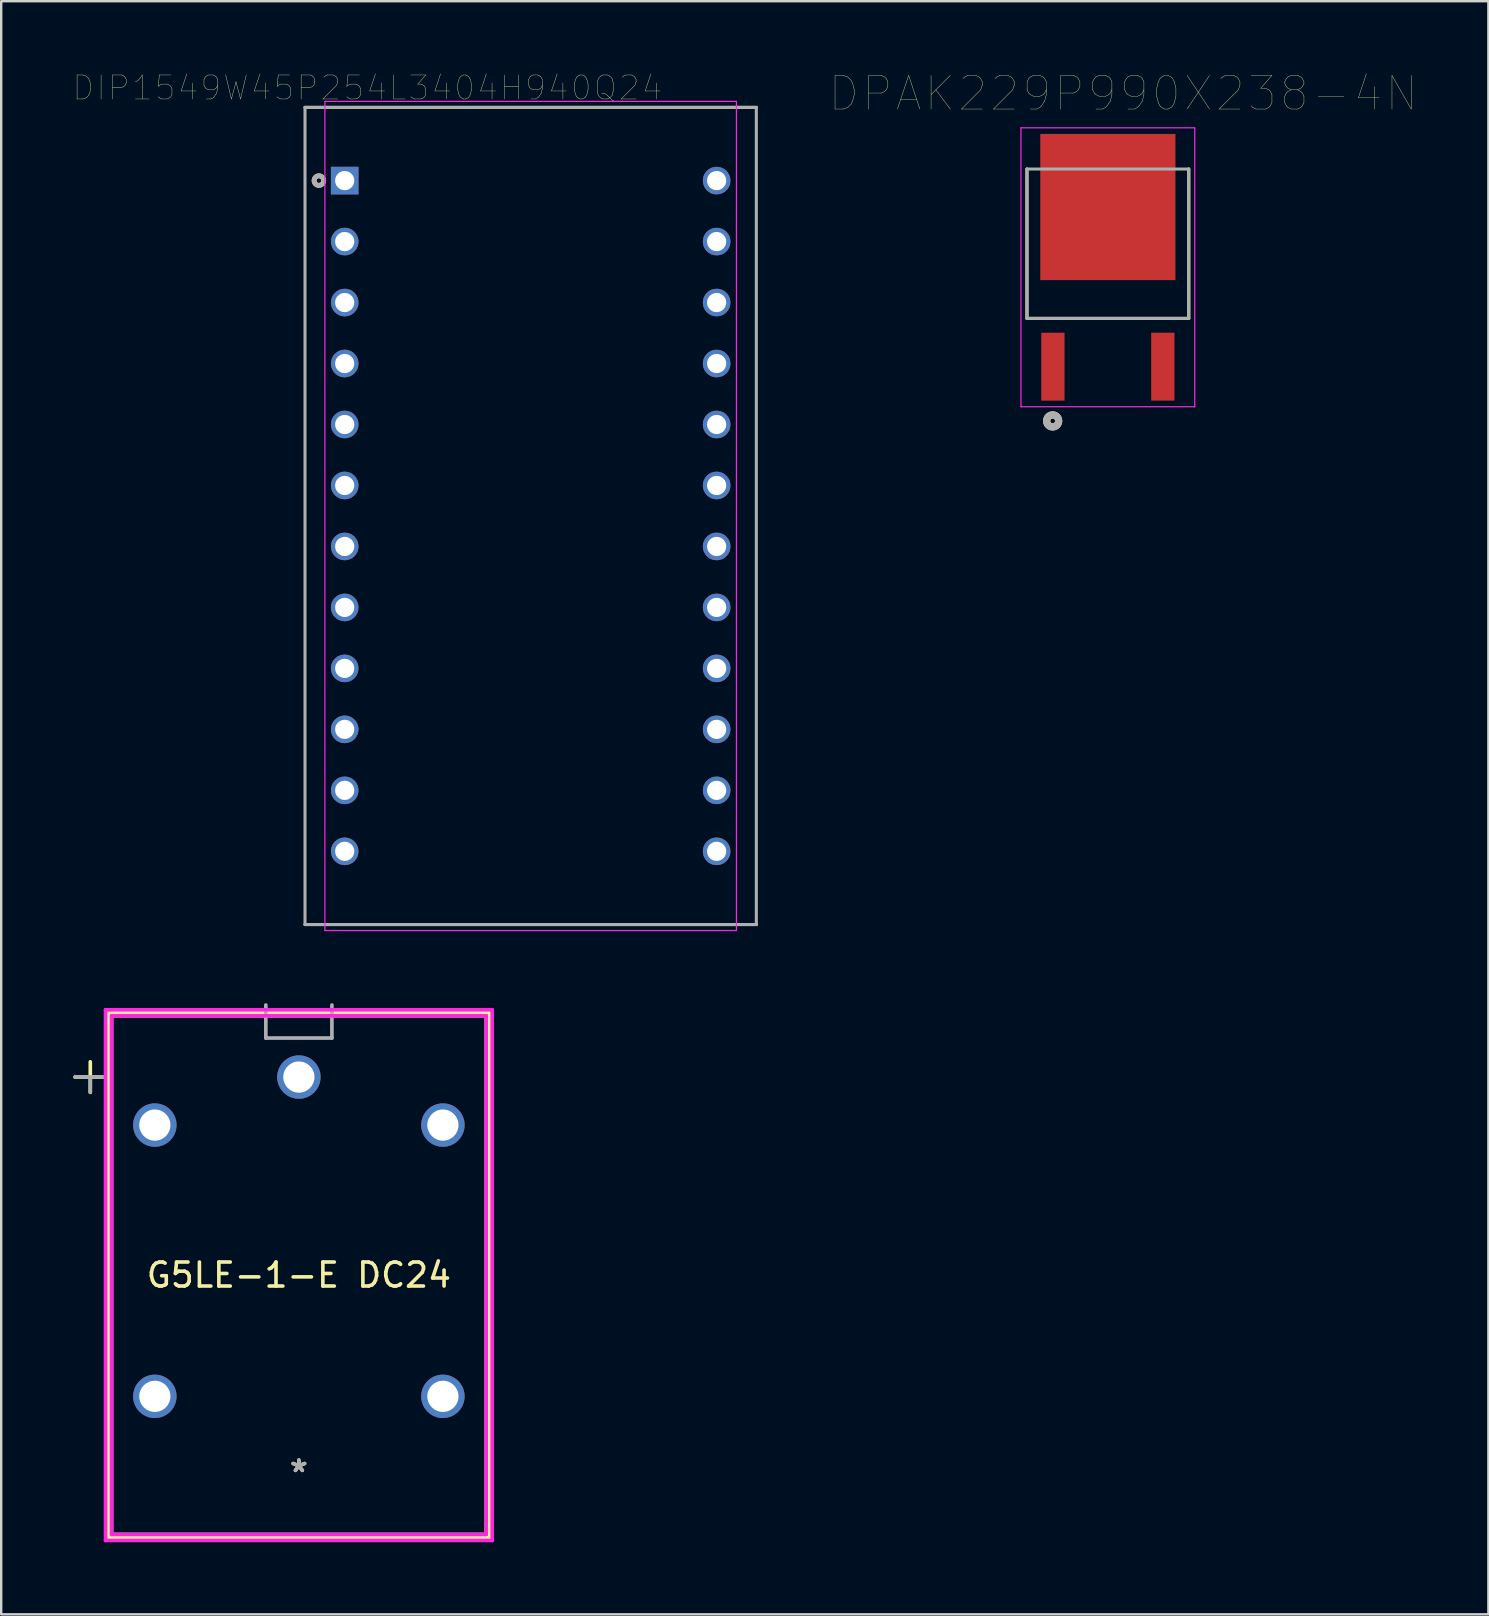
<source format=kicad_pcb>
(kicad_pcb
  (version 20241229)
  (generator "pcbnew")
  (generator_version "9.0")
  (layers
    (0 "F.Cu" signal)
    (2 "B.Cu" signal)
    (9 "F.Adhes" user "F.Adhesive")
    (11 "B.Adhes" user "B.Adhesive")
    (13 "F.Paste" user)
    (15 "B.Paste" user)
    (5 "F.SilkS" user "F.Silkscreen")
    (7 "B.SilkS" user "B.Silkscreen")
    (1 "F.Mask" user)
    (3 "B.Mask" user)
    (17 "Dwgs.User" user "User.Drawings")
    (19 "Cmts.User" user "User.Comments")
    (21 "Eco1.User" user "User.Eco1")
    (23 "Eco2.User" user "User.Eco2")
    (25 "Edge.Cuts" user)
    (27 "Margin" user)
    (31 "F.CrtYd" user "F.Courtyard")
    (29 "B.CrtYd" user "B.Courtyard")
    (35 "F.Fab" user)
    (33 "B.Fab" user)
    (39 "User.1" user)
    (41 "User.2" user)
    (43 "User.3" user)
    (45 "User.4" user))
  (footprint "DPAK229P990X238-4N"
    (layer "F.Cu")
    (at 43.1 8.084)
    (property "Reference" "DPAK229P990X238-4N" (at 0.635 -7.239 0) (layer "F.SilkS") (effects (font (size 1.4 1.4) (thickness 0.015))))
    (attr through_hole)
    (fp_line (start -3.37 2.128) (end -3.37 -4.093) (stroke (width 0.127) (type solid)) (layer "F.SilkS"))
    (fp_line (start 3.37 -4.093) (end 3.37 2.128) (stroke (width 0.127) (type solid)) (layer "F.SilkS"))
    (fp_line (start 3.37 2.128) (end -3.37 2.128) (stroke (width 0.127) (type solid)) (layer "F.SilkS"))
    (fp_circle (center -2.3 6.4) (end -2.2 6.4) (stroke (width 0.3) (type solid)) (fill no) (layer "F.SilkS"))
    (fp_poly (pts (xy -2.535 -5.27) (xy -1.225 -5.27) (xy -1.225 -3.81) (xy -2.535 -3.81)) (stroke (width 0.01) (type solid)) (fill yes) (layer "F.Paste"))
    (fp_poly (pts (xy -2.535 -3.24) (xy -1.225 -3.24) (xy -1.225 -1.78) (xy -2.535 -1.78)) (stroke (width 0.01) (type solid)) (fill yes) (layer "F.Paste"))
    (fp_poly (pts (xy -2.535 -1.21) (xy -1.225 -1.21) (xy -1.225 0.25) (xy -2.535 0.25)) (stroke (width 0.01) (type solid)) (fill yes) (layer "F.Paste"))
    (fp_poly (pts (xy -0.655 -5.27) (xy 0.655 -5.27) (xy 0.655 -3.81) (xy -0.655 -3.81)) (stroke (width 0.01) (type solid)) (fill yes) (layer "F.Paste"))
    (fp_poly (pts (xy -0.655 -3.24) (xy 0.655 -3.24) (xy 0.655 -1.78) (xy -0.655 -1.78)) (stroke (width 0.01) (type solid)) (fill yes) (layer "F.Paste"))
    (fp_poly (pts (xy -0.655 -1.21) (xy 0.655 -1.21) (xy 0.655 0.25) (xy -0.655 0.25)) (stroke (width 0.01) (type solid)) (fill yes) (layer "F.Paste"))
    (fp_poly (pts (xy 1.225 -5.27) (xy 2.535 -5.27) (xy 2.535 -3.81) (xy 1.225 -3.81)) (stroke (width 0.01) (type solid)) (fill yes) (layer "F.Paste"))
    (fp_poly (pts (xy 1.225 -3.24) (xy 2.535 -3.24) (xy 2.535 -1.78) (xy 1.225 -1.78)) (stroke (width 0.01) (type solid)) (fill yes) (layer "F.Paste"))
    (fp_poly (pts (xy 1.225 -1.21) (xy 2.535 -1.21) (xy 2.535 0.25) (xy 1.225 0.25)) (stroke (width 0.01) (type solid)) (fill yes) (layer "F.Paste"))
    (fp_line (start -3.62 -5.81) (end 3.62 -5.81) (stroke (width 0.05) (type solid)) (layer "F.CrtYd"))
    (fp_line (start -3.62 5.81) (end -3.62 -5.81) (stroke (width 0.05) (type solid)) (layer "F.CrtYd"))
    (fp_line (start 3.62 -5.81) (end 3.62 5.81) (stroke (width 0.05) (type solid)) (layer "F.CrtYd"))
    (fp_line (start 3.62 5.81) (end -3.62 5.81) (stroke (width 0.05) (type solid)) (layer "F.CrtYd"))
    (fp_line (start -3.37 -4.093) (end 3.37 -4.093) (stroke (width 0.127) (type solid)) (layer "F.Fab"))
    (fp_line (start -3.37 2.128) (end -3.37 -4.093) (stroke (width 0.127) (type solid)) (layer "F.Fab"))
    (fp_line (start 3.37 -4.093) (end 3.37 2.128) (stroke (width 0.127) (type solid)) (layer "F.Fab"))
    (fp_line (start 3.37 2.128) (end -3.37 2.128) (stroke (width 0.127) (type solid)) (layer "F.Fab"))
    (fp_circle (center -2.3 6.4) (end -2.2 6.4) (stroke (width 0.3) (type solid)) (fill no) (layer "F.Fab"))
    (pad "1" smd rect (at -2.29 4.14) (size 0.97 2.83) (layers "F.Cu" "F.Mask" "F.Paste"))
    (pad "2" smd rect (at 0 -2.51) (size 5.63 6.09) (layers "F.Cu" "F.Mask"))
    (pad "3" smd rect (at 2.29 4.14) (size 0.97 2.83) (layers "F.Cu" "F.Mask" "F.Paste")))
  (footprint "G5LE-1-E DC24"
    (layer "F.Cu")
    (at 9.4 58.317)
    (property "Reference" "G5LE-1-E DC24" (at 0 -8.25 0) (layer "F.SilkS") (effects (font (size 1 1) (thickness 0.15))))
    (attr through_hole)
    (fp_line (start -9.324 -16.5) (end -8.054 -16.5) (stroke (width 0.152) (type solid)) (layer "F.SilkS"))
    (fp_line (start -8.689 -17.135) (end -8.689 -15.865) (stroke (width 0.152) (type solid)) (layer "F.SilkS"))
    (fp_line (start -7.927 -19.177) (end -7.927 2.677) (stroke (width 0.152) (type solid)) (layer "F.SilkS"))
    (fp_line (start 7.927 -19.177) (end -7.927 -19.177) (stroke (width 0.152) (type solid)) (layer "F.SilkS"))
    (fp_line (start 7.927 -19.177) (end 7.927 2.677) (stroke (width 0.152) (type solid)) (layer "F.SilkS"))
    (fp_line (start 7.927 2.677) (end -7.927 2.677) (stroke (width 0.152) (type solid)) (layer "F.SilkS"))
    (fp_line (start -8.054 -19.304) (end -8.054 2.804) (stroke (width 0.152) (type solid)) (layer "F.CrtYd"))
    (fp_line (start -8.054 2.804) (end 8.054 2.804) (stroke (width 0.152) (type solid)) (layer "F.CrtYd"))
    (fp_line (start -7.8 -19.05) (end 7.8 -19.05) (stroke (width 0.152) (type solid)) (layer "F.CrtYd"))
    (fp_line (start -7.8 2.55) (end -7.8 -19.05) (stroke (width 0.152) (type solid)) (layer "F.CrtYd"))
    (fp_line (start 7.8 -19.05) (end 7.8 2.55) (stroke (width 0.152) (type solid)) (layer "F.CrtYd"))
    (fp_line (start 7.8 2.55) (end -7.8 2.55) (stroke (width 0.152) (type solid)) (layer "F.CrtYd"))
    (fp_line (start 8.054 -19.304) (end -8.054 -19.304) (stroke (width 0.152) (type solid)) (layer "F.CrtYd"))
    (fp_line (start 8.054 2.804) (end 8.054 -19.304) (stroke (width 0.152) (type solid)) (layer "F.CrtYd"))
    (fp_line (start -9.324 -16.5) (end -8.054 -16.5) (stroke (width 0.152) (type solid)) (layer "F.Fab"))
    (fp_line (start -8.689 -16.5) (end -8.689 -15.865) (stroke (width 0.152) (type solid)) (layer "F.Fab"))
    (fp_line (start -7.8 -19.05) (end -7.8 2.55) (stroke (width 0.152) (type solid)) (layer "F.Fab"))
    (fp_line (start -1.376 -18.126) (end -1.376 -19.502) (stroke (width 0.152) (type solid)) (layer "F.Fab"))
    (fp_line (start 1.376 -19.502) (end 1.376 -18.126) (stroke (width 0.152) (type solid)) (layer "F.Fab"))
    (fp_line (start 1.376 -18.126) (end -1.376 -18.126) (stroke (width 0.152) (type solid)) (layer "F.Fab"))
    (fp_line (start 7.8 -19.05) (end -7.8 -19.05) (stroke (width 0.152) (type solid)) (layer "F.Fab"))
    (fp_line (start 7.8 -19.05) (end 7.8 2.55) (stroke (width 0.152) (type solid)) (layer "F.Fab"))
    (fp_line (start 7.8 2.55) (end -7.8 2.55) (stroke (width 0.152) (type solid)) (layer "F.Fab"))
    (fp_text user "*" (at 0 0 0) (layer "F.SilkS") (effects (font (size 1 1) (thickness 0.15))))
    (fp_text user "Copyright 2016 Accelerated Designs. All rights reserved." (at 0 0 0) (layer "Cmts.User") (effects (font (size 0.127 0.127) (thickness 0.002))))
    (fp_text user "*" (at 0 0 0) (layer "F.Fab") (effects (font (size 1 1) (thickness 0.15))))
    (pad "1" thru_hole circle (at 0 -16.5) (size 1.808 1.808) (drill 1.3) (layers "*.Cu" "*.Mask"))
    (pad "2" thru_hole circle (at -6 -14.5) (size 1.808 1.808) (drill 1.3) (layers "*.Cu" "*.Mask"))
    (pad "3" thru_hole circle (at -6 -3.2) (size 1.808 1.808) (drill 1.3) (layers "*.Cu" "*.Mask"))
    (pad "4" thru_hole circle (at 6 -3.2) (size 1.808 1.808) (drill 1.3) (layers "*.Cu" "*.Mask"))
    (pad "5" thru_hole circle (at 6 -14.5) (size 1.808 1.808) (drill 1.3) (layers "*.Cu" "*.Mask")))
  (footprint "DIP1549W45P254L3404H940Q24"
    (layer "F.Cu")
    (at 19.056 18.443)
    (property "Reference" "DIP1549W45P254L3404H940Q24" (at -6.8 -17.832 0) (layer "F.SilkS") (effects (font (size 1 1) (thickness 0.015))))
    (attr through_hole)
    (fp_line (start -9.4 -17.02) (end 9.4 -17.02) (stroke (width 0.127) (type solid)) (layer "F.SilkS"))
    (fp_line (start -9.4 17.02) (end 9.4 17.02) (stroke (width 0.127) (type solid)) (layer "F.SilkS"))
    (fp_circle (center -8.822 -13.97) (end -8.723 -13.97) (stroke (width 0.2) (type solid)) (fill no) (layer "F.SilkS"))
    (fp_line (start -8.572 -17.27) (end -8.572 17.27) (stroke (width 0.05) (type solid)) (layer "F.CrtYd"))
    (fp_line (start 8.572 -17.27) (end -8.572 -17.27) (stroke (width 0.05) (type solid)) (layer "F.CrtYd"))
    (fp_line (start 8.572 -17.27) (end 8.572 17.27) (stroke (width 0.05) (type solid)) (layer "F.CrtYd"))
    (fp_line (start 8.572 17.27) (end -8.572 17.27) (stroke (width 0.05) (type solid)) (layer "F.CrtYd"))
    (fp_line (start -9.4 -17.02) (end -9.4 17.02) (stroke (width 0.127) (type solid)) (layer "F.Fab"))
    (fp_line (start -9.4 -17.02) (end 9.4 -17.02) (stroke (width 0.127) (type solid)) (layer "F.Fab"))
    (fp_line (start -9.4 17.02) (end 9.4 17.02) (stroke (width 0.127) (type solid)) (layer "F.Fab"))
    (fp_line (start 9.4 -17.02) (end 9.4 17.02) (stroke (width 0.127) (type solid)) (layer "F.Fab"))
    (fp_circle (center -8.822 -13.97) (end -8.723 -13.97) (stroke (width 0.2) (type solid)) (fill no) (layer "F.Fab"))
    (pad "1" thru_hole rect (at -7.747 -13.97) (size 1.15 1.15) (drill 0.8) (layers "*.Cu" "*.Mask"))
    (pad "2" thru_hole circle (at -7.747 -11.43) (size 1.15 1.15) (drill 0.8) (layers "*.Cu" "*.Mask"))
    (pad "3" thru_hole circle (at -7.747 -8.89) (size 1.15 1.15) (drill 0.8) (layers "*.Cu" "*.Mask"))
    (pad "4" thru_hole circle (at -7.747 -6.35) (size 1.15 1.15) (drill 0.8) (layers "*.Cu" "*.Mask"))
    (pad "5" thru_hole circle (at -7.747 -3.81) (size 1.15 1.15) (drill 0.8) (layers "*.Cu" "*.Mask"))
    (pad "6" thru_hole circle (at -7.747 -1.27) (size 1.15 1.15) (drill 0.8) (layers "*.Cu" "*.Mask"))
    (pad "7" thru_hole circle (at -7.747 1.27) (size 1.15 1.15) (drill 0.8) (layers "*.Cu" "*.Mask"))
    (pad "8" thru_hole circle (at -7.747 3.81) (size 1.15 1.15) (drill 0.8) (layers "*.Cu" "*.Mask"))
    (pad "9" thru_hole circle (at -7.747 6.35) (size 1.15 1.15) (drill 0.8) (layers "*.Cu" "*.Mask"))
    (pad "10" thru_hole circle (at -7.747 8.89) (size 1.15 1.15) (drill 0.8) (layers "*.Cu" "*.Mask"))
    (pad "11" thru_hole circle (at -7.747 11.43) (size 1.15 1.15) (drill 0.8) (layers "*.Cu" "*.Mask"))
    (pad "12" thru_hole circle (at -7.747 13.97) (size 1.15 1.15) (drill 0.8) (layers "*.Cu" "*.Mask"))
    (pad "13" thru_hole circle (at 7.747 13.97) (size 1.15 1.15) (drill 0.8) (layers "*.Cu" "*.Mask"))
    (pad "14" thru_hole circle (at 7.747 11.43) (size 1.15 1.15) (drill 0.8) (layers "*.Cu" "*.Mask"))
    (pad "15" thru_hole circle (at 7.747 8.89) (size 1.15 1.15) (drill 0.8) (layers "*.Cu" "*.Mask"))
    (pad "16" thru_hole circle (at 7.747 6.35) (size 1.15 1.15) (drill 0.8) (layers "*.Cu" "*.Mask"))
    (pad "17" thru_hole circle (at 7.747 3.81) (size 1.15 1.15) (drill 0.8) (layers "*.Cu" "*.Mask"))
    (pad "18" thru_hole circle (at 7.747 1.27) (size 1.15 1.15) (drill 0.8) (layers "*.Cu" "*.Mask"))
    (pad "19" thru_hole circle (at 7.747 -1.27) (size 1.15 1.15) (drill 0.8) (layers "*.Cu" "*.Mask"))
    (pad "20" thru_hole circle (at 7.747 -3.81) (size 1.15 1.15) (drill 0.8) (layers "*.Cu" "*.Mask"))
    (pad "21" thru_hole circle (at 7.747 -6.35) (size 1.15 1.15) (drill 0.8) (layers "*.Cu" "*.Mask"))
    (pad "22" thru_hole circle (at 7.747 -8.89) (size 1.15 1.15) (drill 0.8) (layers "*.Cu" "*.Mask"))
    (pad "23" thru_hole circle (at 7.747 -11.43) (size 1.15 1.15) (drill 0.8) (layers "*.Cu" "*.Mask"))
    (pad "24" thru_hole circle (at 7.747 -13.97) (size 1.15 1.15) (drill 0.8) (layers "*.Cu" "*.Mask")))
  (gr_rect
    (start -3 -3)
    (end 58.951 64.197)
    (stroke (width 0.1) (type default))
    (fill no)
    (layer "Edge.Cuts")))
</source>
